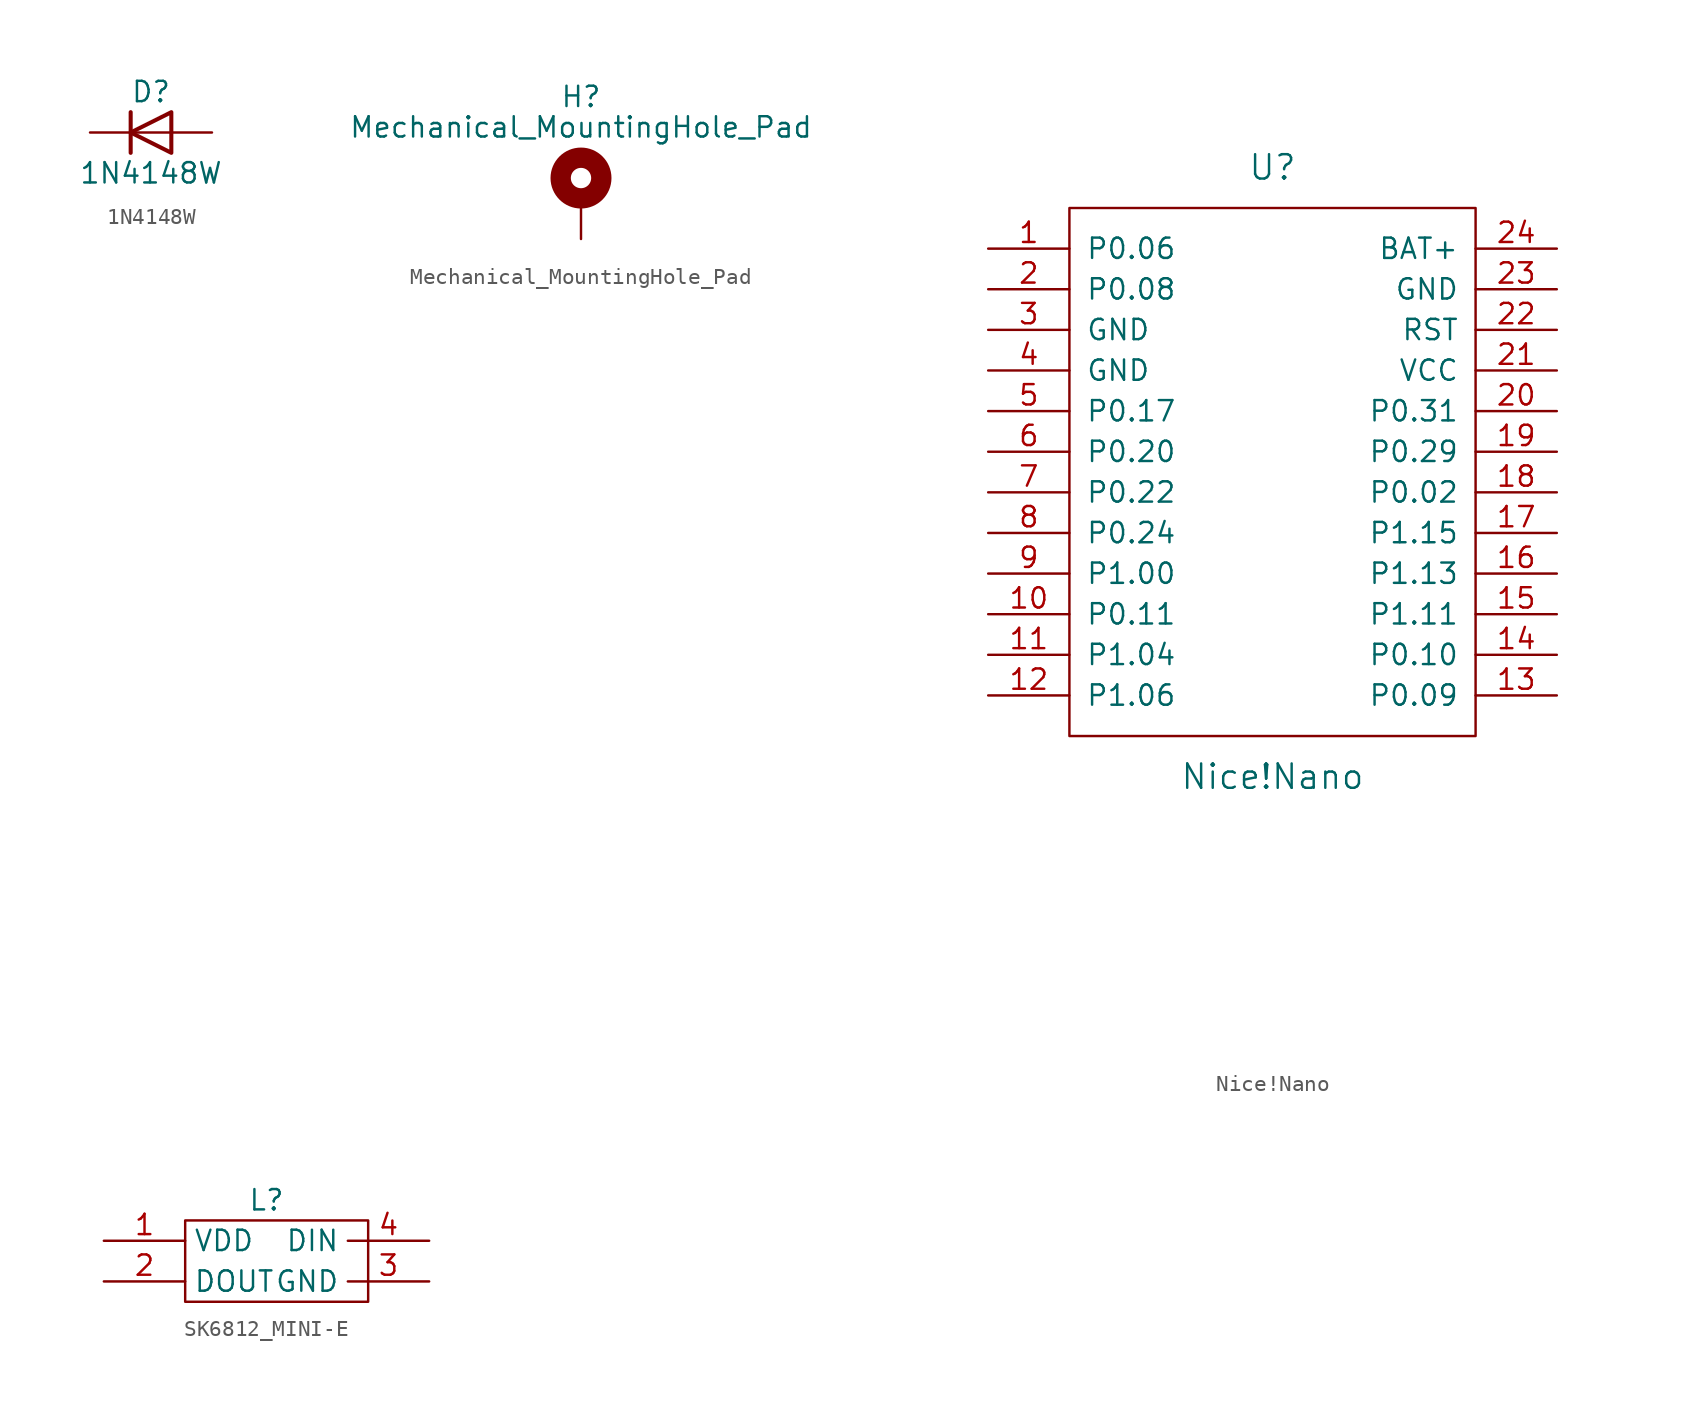
<source format=kicad_sym>
(kicad_symbol_lib
  (version 20220914)
  (generator kicad_symbol_editor)
  (symbol "1N4148W"
    (pin_numbers hide)
    (pin_names hide)
    (property "Reference" "D"
      (at 0 2.54 0)
      (effects (font (size 1.27 1.27))))
    (property "Value" "1N4148W"
      (at 0 -2.54 0)
      (effects (font (size 1.27 1.27))))
    (symbol "1N4148W_0_1"
      (polyline (pts (xy -1.27 1.27) (xy -1.27 -1.27)) (stroke (width 0.254) (type default)) (fill (type none)))
      (polyline (pts (xy 1.27 0) (xy -1.27 0)) (stroke (width 0) (type default)) (fill (type none)))
      (polyline (pts (xy 1.27 1.27) (xy 1.27 -1.27) (xy -1.27 0) (xy 1.27 1.27)) (stroke (width 0.254) (type default)) (fill (type none))))
    (symbol "1N4148W_1_1"
      (pin passive line (at -3.81 0 0) (length 2.54) (name "K" (effects (font (size 1.27 1.27)))) (number "1" (effects (font (size 1.27 1.27)))))
      (pin passive line (at 3.81 0 180) (length 2.54) (name "A" (effects (font (size 1.27 1.27)))) (number "2" (effects (font (size 1.27 1.27)))))))
  (symbol "Mechanical_MountingHole_Pad"
    (pin_numbers hide)
    (pin_names
      (offset 1.016) hide)
    (property "Reference" "H"
      (at 0 6.35 0)
      (effects (font (size 1.27 1.27))))
    (property "Value" "Mechanical_MountingHole_Pad"
      (at 0 4.445 0)
      (effects (font (size 1.27 1.27))))
    (symbol "Mechanical_MountingHole_Pad_0_1"
      (circle (center 0 1.27) (radius 1.27) (stroke (width 1.27) (type solid)) (fill (type none))))
    (symbol "Mechanical_MountingHole_Pad_1_1"
      (pin input line (at 0 -2.54 90) (length 2.54) (name "1" (effects (font (size 1.27 1.27)))) (number "1" (effects (font (size 1.27 1.27)))))))
  (symbol "Nice!Nano"
    (pin_names
      (offset 1.016))
    (property "Reference" "U"
      (at 0 24.13 0)
      (effects (font (size 1.524 1.524))))
    (property "Value" "Nice!Nano"
      (at 0 -13.97 0)
      (effects (font (size 1.524 1.524))))
    (property "Footprint" ""
      (at 2.54 -26.67 0)
      (effects (font (size 1.524 1.524))))
    (property "Datasheet" ""
      (at 2.54 -26.67 0)
      (effects (font (size 1.524 1.524))))
    (symbol "Nice!Nano_0_1"
      (rectangle (start -12.7 21.59) (end 12.7 -11.43) (stroke (width 0) (type solid)) (fill (type none))))
    (symbol "Nice!Nano_1_0"
      (pin power_out line (at 17.78 19.05 180) (length 5.08) (name "BAT+" (effects (font (size 1.27 1.27)))) (number "24" (effects (font (size 1.27 1.27))))))
    (symbol "Nice!Nano_1_1"
      (pin bidirectional line (at -17.78 19.05 0) (length 5.08) (name "P0.06" (effects (font (size 1.27 1.27)))) (number "1" (effects (font (size 1.27 1.27)))))
      (pin bidirectional line (at -17.78 -3.81 0) (length 5.08) (name "P0.11" (effects (font (size 1.27 1.27)))) (number "10" (effects (font (size 1.27 1.27)))))
      (pin bidirectional line (at -17.78 -6.35 0) (length 5.08) (name "P1.04" (effects (font (size 1.27 1.27)))) (number "11" (effects (font (size 1.27 1.27)))))
      (pin bidirectional line (at -17.78 -8.89 0) (length 5.08) (name "P1.06" (effects (font (size 1.27 1.27)))) (number "12" (effects (font (size 1.27 1.27)))))
      (pin bidirectional line (at 17.78 -8.89 180) (length 5.08) (name "P0.09" (effects (font (size 1.27 1.27)))) (number "13" (effects (font (size 1.27 1.27)))))
      (pin bidirectional line (at 17.78 -6.35 180) (length 5.08) (name "P0.10" (effects (font (size 1.27 1.27)))) (number "14" (effects (font (size 1.27 1.27)))))
      (pin bidirectional line (at 17.78 -3.81 180) (length 5.08) (name "P1.11" (effects (font (size 1.27 1.27)))) (number "15" (effects (font (size 1.27 1.27)))))
      (pin bidirectional line (at 17.78 -1.27 180) (length 5.08) (name "P1.13" (effects (font (size 1.27 1.27)))) (number "16" (effects (font (size 1.27 1.27)))))
      (pin bidirectional line (at 17.78 1.27 180) (length 5.08) (name "P1.15" (effects (font (size 1.27 1.27)))) (number "17" (effects (font (size 1.27 1.27)))))
      (pin bidirectional line (at 17.78 3.81 180) (length 5.08) (name "P0.02" (effects (font (size 1.27 1.27)))) (number "18" (effects (font (size 1.27 1.27)))))
      (pin bidirectional line (at 17.78 6.35 180) (length 5.08) (name "P0.29" (effects (font (size 1.27 1.27)))) (number "19" (effects (font (size 1.27 1.27)))))
      (pin bidirectional line (at -17.78 16.51 0) (length 5.08) (name "P0.08" (effects (font (size 1.27 1.27)))) (number "2" (effects (font (size 1.27 1.27)))))
      (pin bidirectional line (at 17.78 8.89 180) (length 5.08) (name "P0.31" (effects (font (size 1.27 1.27)))) (number "20" (effects (font (size 1.27 1.27)))))
      (pin power_in line (at 17.78 11.43 180) (length 5.08) (name "VCC" (effects (font (size 1.27 1.27)))) (number "21" (effects (font (size 1.27 1.27)))))
      (pin input line (at 17.78 13.97 180) (length 5.08) (name "RST" (effects (font (size 1.27 1.27)))) (number "22" (effects (font (size 1.27 1.27)))))
      (pin power_in line (at 17.78 16.51 180) (length 5.08) (name "GND" (effects (font (size 1.27 1.27)))) (number "23" (effects (font (size 1.27 1.27)))))
      (pin power_in line (at -17.78 13.97 0) (length 5.08) (name "GND" (effects (font (size 1.27 1.27)))) (number "3" (effects (font (size 1.27 1.27)))))
      (pin power_in line (at -17.78 11.43 0) (length 5.08) (name "GND" (effects (font (size 1.27 1.27)))) (number "4" (effects (font (size 1.27 1.27)))))
      (pin bidirectional line (at -17.78 8.89 0) (length 5.08) (name "P0.17" (effects (font (size 1.27 1.27)))) (number "5" (effects (font (size 1.27 1.27)))))
      (pin bidirectional line (at -17.78 6.35 0) (length 5.08) (name "P0.20" (effects (font (size 1.27 1.27)))) (number "6" (effects (font (size 1.27 1.27)))))
      (pin bidirectional line (at -17.78 3.81 0) (length 5.08) (name "P0.22" (effects (font (size 1.27 1.27)))) (number "7" (effects (font (size 1.27 1.27)))))
      (pin bidirectional line (at -17.78 1.27 0) (length 5.08) (name "P0.24" (effects (font (size 1.27 1.27)))) (number "8" (effects (font (size 1.27 1.27)))))
      (pin bidirectional line (at -17.78 -1.27 0) (length 5.08) (name "P1.00" (effects (font (size 1.27 1.27)))) (number "9" (effects (font (size 1.27 1.27)))))))
  (symbol "SK6812_MINI-E"
    (property "Reference" "L"
      (at 0 3.81 0)
      (effects (font (size 1.27 1.27))))
    (property "Value" ""
      (at 0 0 0)
      (effects (font (size 1.27 1.27))))
    (symbol "SK6812_MINI-E_0_1"
      (rectangle (start -5.08 2.54) (end 6.35 -2.54) (stroke (width 0) (type default)) (fill (type none))))
    (symbol "SK6812_MINI-E_1_1"
      (pin power_in line (at -10.16 1.27 0) (length 5.08) (name "VDD" (effects (font (size 1.27 1.27)))) (number "1" (effects (font (size 1.27 1.27)))))
      (pin output line (at -10.16 -1.27 0) (length 5.08) (name "DOUT" (effects (font (size 1.27 1.27)))) (number "2" (effects (font (size 1.27 1.27)))))
      (pin power_in line (at 10.16 -1.27 180) (length 5.08) (name "GND" (effects (font (size 1.27 1.27)))) (number "3" (effects (font (size 1.27 1.27)))))
      (pin input line (at 10.16 1.27 180) (length 5.08) (name "DIN" (effects (font (size 1.27 1.27)))) (number "4" (effects (font (size 1.27 1.27))))))))
</source>
